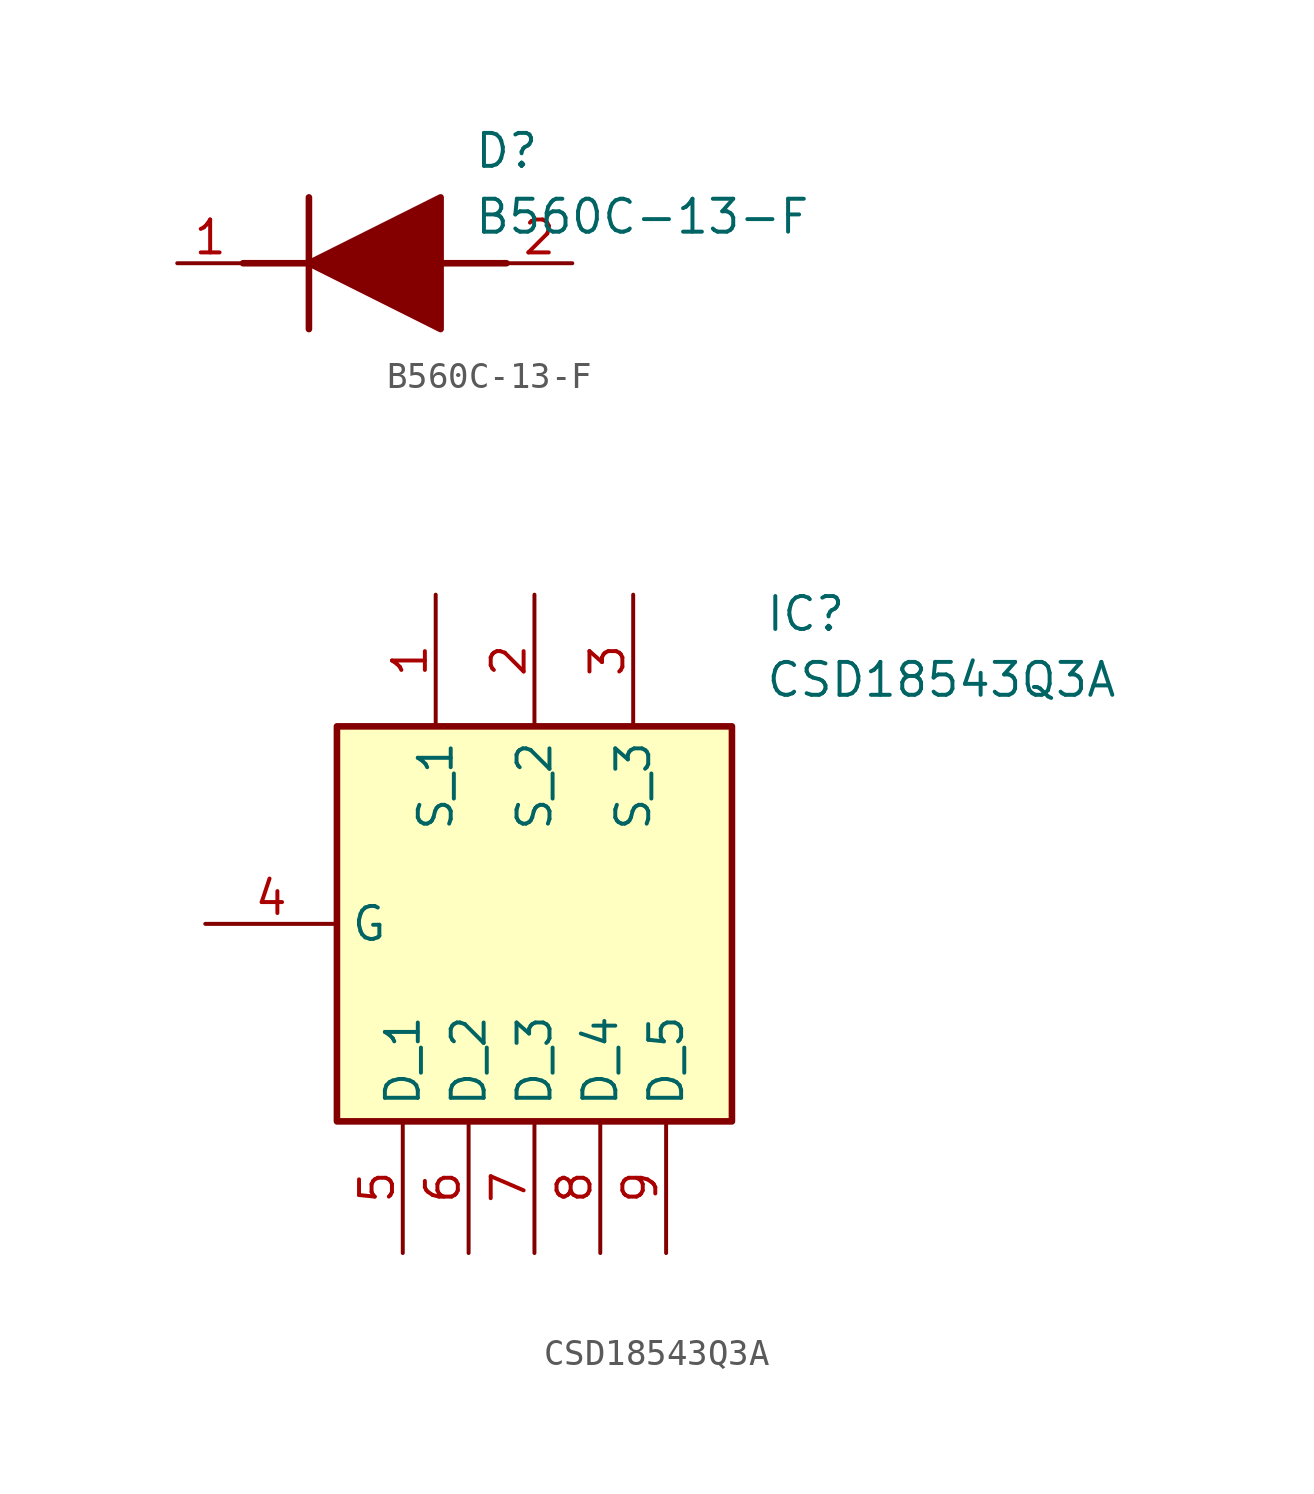
<source format=kicad_sym>
(kicad_symbol_lib
  (version 20231120)
  (generator "kicad_symbol_editor")
  (generator_version "8.0")
  (symbol "B560C-13-F"
    (pin_names hide)
    (property "Reference" "D"
      (at 11.43 5.08 0)
      (effects (font (size 1.27 1.27)) (justify left top)))
    (property "Value" "B560C-13-F"
      (at 11.43 2.54 0)
      (effects (font (size 1.27 1.27)) (justify left top)))
    (symbol "B560C-13-F_1_1"
      (polyline (pts (xy 2.54 0) (xy 5.08 0)) (stroke (width 0.254) (type default)) (fill (type none)))
      (polyline (pts (xy 5.08 2.54) (xy 5.08 -2.54)) (stroke (width 0.254) (type default)) (fill (type none)))
      (polyline (pts (xy 10.16 0) (xy 12.7 0)) (stroke (width 0.254) (type default)) (fill (type none)))
      (polyline (pts (xy 5.08 0) (xy 10.16 2.54) (xy 10.16 -2.54) (xy 5.08 0)) (stroke (width 0.254) (type default)) (fill (type outline)))
      (pin passive line (at 0 0 0) (length 2.54) (name "K" (effects (font (size 1.27 1.27)))) (number "1" (effects (font (size 1.27 1.27)))))
      (pin passive line (at 15.24 0 180) (length 2.54) (name "A" (effects (font (size 1.27 1.27)))) (number "2" (effects (font (size 1.27 1.27)))))))
  (symbol "CSD18543Q3A"
    (property "Reference" "IC"
      (at 21.59 7.62 0)
      (effects (font (size 1.27 1.27)) (justify left top)))
    (property "Value" "CSD18543Q3A"
      (at 21.59 5.08 0)
      (effects (font (size 1.27 1.27)) (justify left top)))
    (symbol "CSD18543Q3A_1_1"
      (rectangle (start 5.08 2.54) (end 20.32 -12.7) (stroke (width 0.254) (type default)) (fill (type background)))
      (pin passive line (at 8.89 7.62 270) (length 5.08) (name "S_1" (effects (font (size 1.27 1.27)))) (number "1" (effects (font (size 1.27 1.27)))))
      (pin passive line (at 12.7 7.62 270) (length 5.08) (name "S_2" (effects (font (size 1.27 1.27)))) (number "2" (effects (font (size 1.27 1.27)))))
      (pin passive line (at 16.51 7.62 270) (length 5.08) (name "S_3" (effects (font (size 1.27 1.27)))) (number "3" (effects (font (size 1.27 1.27)))))
      (pin passive line (at 0 -5.08 0) (length 5.08) (name "G" (effects (font (size 1.27 1.27)))) (number "4" (effects (font (size 1.27 1.27)))))
      (pin passive line (at 7.62 -17.78 90) (length 5.08) (name "D_1" (effects (font (size 1.27 1.27)))) (number "5" (effects (font (size 1.27 1.27)))))
      (pin passive line (at 10.16 -17.78 90) (length 5.08) (name "D_2" (effects (font (size 1.27 1.27)))) (number "6" (effects (font (size 1.27 1.27)))))
      (pin passive line (at 12.7 -17.78 90) (length 5.08) (name "D_3" (effects (font (size 1.27 1.27)))) (number "7" (effects (font (size 1.27 1.27)))))
      (pin passive line (at 15.24 -17.78 90) (length 5.08) (name "D_4" (effects (font (size 1.27 1.27)))) (number "8" (effects (font (size 1.27 1.27)))))
      (pin passive line (at 17.78 -17.78 90) (length 5.08) (name "D_5" (effects (font (size 1.27 1.27)))) (number "9" (effects (font (size 1.27 1.27))))))))
</source>
